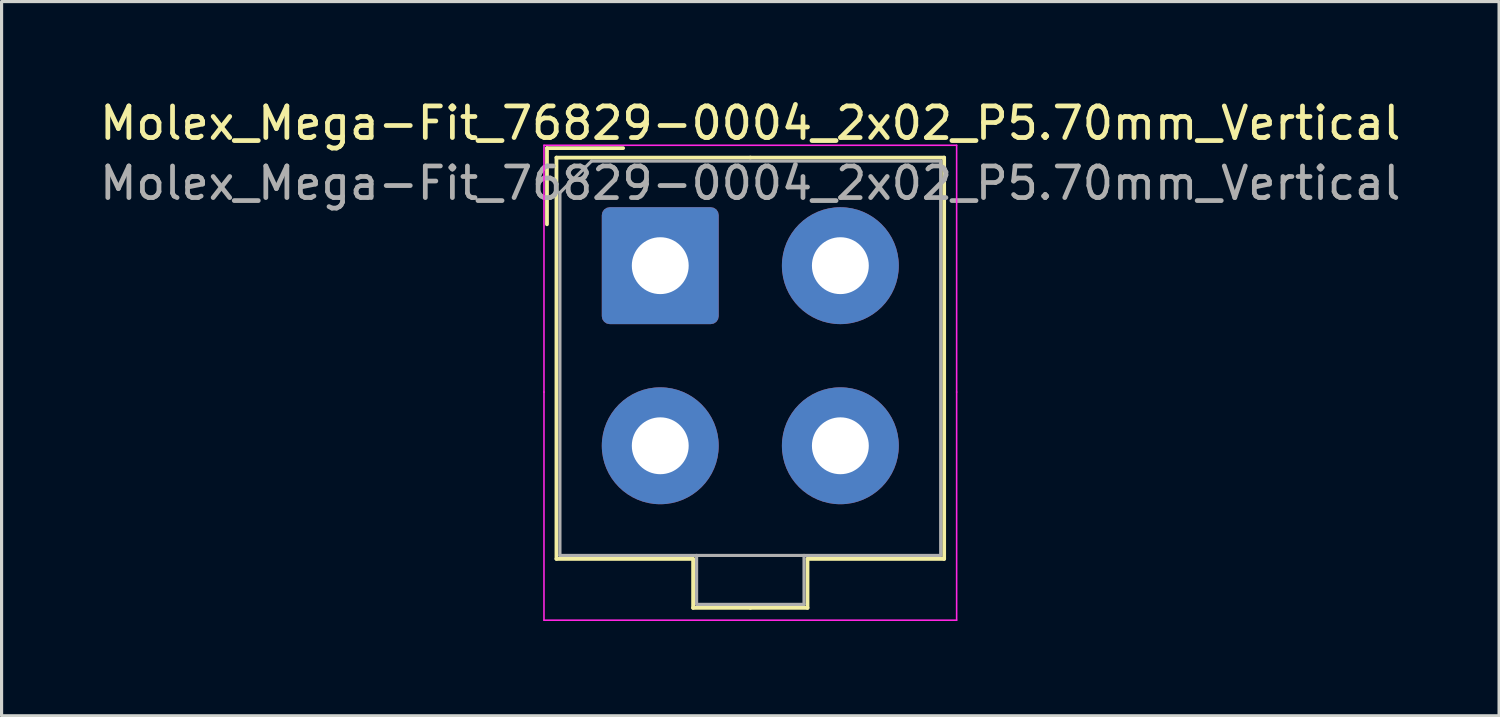
<source format=kicad_pcb>
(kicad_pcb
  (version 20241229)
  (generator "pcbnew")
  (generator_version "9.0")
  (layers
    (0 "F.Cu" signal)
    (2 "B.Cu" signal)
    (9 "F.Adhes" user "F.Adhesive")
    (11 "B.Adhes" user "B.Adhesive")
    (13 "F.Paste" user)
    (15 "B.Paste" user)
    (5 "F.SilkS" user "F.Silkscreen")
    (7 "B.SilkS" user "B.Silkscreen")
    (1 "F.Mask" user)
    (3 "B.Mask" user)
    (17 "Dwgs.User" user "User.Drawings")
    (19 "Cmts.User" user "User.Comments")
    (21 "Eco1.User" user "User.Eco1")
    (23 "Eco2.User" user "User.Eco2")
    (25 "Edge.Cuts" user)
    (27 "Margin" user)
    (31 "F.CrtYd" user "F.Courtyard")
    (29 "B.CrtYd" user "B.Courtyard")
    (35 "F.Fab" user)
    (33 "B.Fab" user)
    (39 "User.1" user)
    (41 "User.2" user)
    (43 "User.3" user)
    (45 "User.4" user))
  (footprint "Molex_Mega-Fit_76829-0004_2x02_P5.70mm_Vertical"
    (layer "F.Cu")
    (at 17.846 5.358)
    (property "Reference" "Molex_Mega-Fit_76829-0004_2x02_P5.70mm_Vertical" (at 2.85 -4.51 0) (layer "F.SilkS") (effects (font (size 1 1) (thickness 0.15))))
    (attr through_hole)
    (fp_line (start -3.585 -3.72) (end -1.175 -3.72) (stroke (width 0.12) (type solid)) (layer "F.SilkS"))
    (fp_line (start -3.585 -1.31) (end -3.585 -3.72) (stroke (width 0.12) (type solid)) (layer "F.SilkS"))
    (fp_line (start -3.285 -3.42) (end -3.285 9.28) (stroke (width 0.12) (type solid)) (layer "F.SilkS"))
    (fp_line (start -3.285 9.28) (end 1.04 9.28) (stroke (width 0.12) (type solid)) (layer "F.SilkS"))
    (fp_line (start 1.04 9.28) (end 1.04 10.83) (stroke (width 0.12) (type solid)) (layer "F.SilkS"))
    (fp_line (start 1.04 10.83) (end 2.85 10.83) (stroke (width 0.12) (type solid)) (layer "F.SilkS"))
    (fp_line (start 2.85 -3.42) (end -3.285 -3.42) (stroke (width 0.12) (type solid)) (layer "F.SilkS"))
    (fp_line (start 2.85 -3.42) (end 8.985 -3.42) (stroke (width 0.12) (type solid)) (layer "F.SilkS"))
    (fp_line (start 4.66 9.28) (end 4.66 10.83) (stroke (width 0.12) (type solid)) (layer "F.SilkS"))
    (fp_line (start 4.66 10.83) (end 2.85 10.83) (stroke (width 0.12) (type solid)) (layer "F.SilkS"))
    (fp_line (start 8.985 -3.42) (end 8.985 9.28) (stroke (width 0.12) (type solid)) (layer "F.SilkS"))
    (fp_line (start 8.985 9.28) (end 4.66 9.28) (stroke (width 0.12) (type solid)) (layer "F.SilkS"))
    (fp_line (start -3.68 -3.81) (end -3.68 4) (stroke (width 0.05) (type solid)) (layer "F.CrtYd"))
    (fp_line (start -3.68 4) (end -3.68 11.22) (stroke (width 0.05) (type solid)) (layer "F.CrtYd"))
    (fp_line (start -3.68 11.22) (end 9.38 11.22) (stroke (width 0.05) (type solid)) (layer "F.CrtYd"))
    (fp_line (start 9.38 -3.81) (end -3.68 -3.81) (stroke (width 0.05) (type solid)) (layer "F.CrtYd"))
    (fp_line (start 9.38 4) (end 9.38 -3.81) (stroke (width 0.05) (type solid)) (layer "F.CrtYd"))
    (fp_line (start 9.38 11.22) (end 9.38 4) (stroke (width 0.05) (type solid)) (layer "F.CrtYd"))
    (fp_line (start -3.175 -2.31) (end -3.175 9.17) (stroke (width 0.1) (type solid)) (layer "F.Fab"))
    (fp_line (start -3.175 9.17) (end 8.875 9.17) (stroke (width 0.1) (type solid)) (layer "F.Fab"))
    (fp_line (start -2.175 -3.31) (end -3.175 -2.31) (stroke (width 0.1) (type solid)) (layer "F.Fab"))
    (fp_line (start 1.15 9.17) (end 1.15 10.72) (stroke (width 0.1) (type solid)) (layer "F.Fab"))
    (fp_line (start 1.15 10.72) (end 4.55 10.72) (stroke (width 0.1) (type solid)) (layer "F.Fab"))
    (fp_line (start 4.55 10.72) (end 4.55 9.17) (stroke (width 0.1) (type solid)) (layer "F.Fab"))
    (fp_line (start 8.875 -3.31) (end -2.175 -3.31) (stroke (width 0.1) (type solid)) (layer "F.Fab"))
    (fp_line (start 8.875 9.17) (end 8.875 -3.31) (stroke (width 0.1) (type solid)) (layer "F.Fab"))
    (fp_text user "${REFERENCE}" (at 2.85 -2.61 0) (layer "F.Fab") (effects (font (size 1 1) (thickness 0.15))))
    (pad "1" thru_hole roundrect (at 0 0) (size 3.7 3.7) (drill 1.8) (layers "*.Cu" "*.Mask") (roundrect_rratio 0.068))
    (pad "2" thru_hole circle (at 5.7 0) (size 3.7 3.7) (drill 1.8) (layers "*.Cu" "*.Mask"))
    (pad "3" thru_hole circle (at 0 5.7) (size 3.7 3.7) (drill 1.8) (layers "*.Cu" "*.Mask"))
    (pad "4" thru_hole circle (at 5.7 5.7) (size 3.7 3.7) (drill 1.8) (layers "*.Cu" "*.Mask")))
  (gr_rect
    (start -3 -3)
    (end 44.393 19.603)
    (stroke (width 0.1) (type default))
    (fill no)
    (layer "Edge.Cuts")))
</source>
